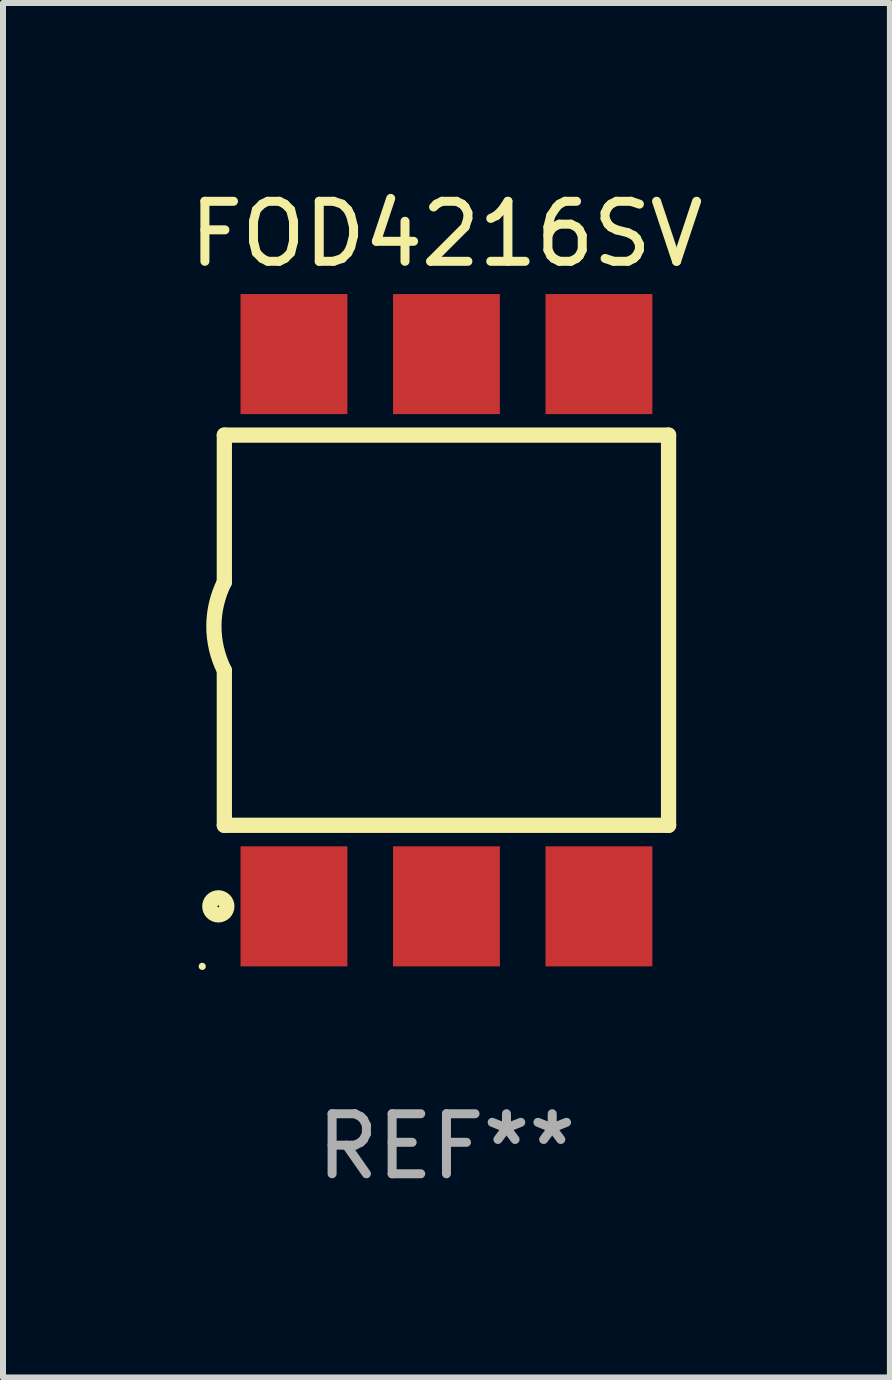
<source format=kicad_pcb>
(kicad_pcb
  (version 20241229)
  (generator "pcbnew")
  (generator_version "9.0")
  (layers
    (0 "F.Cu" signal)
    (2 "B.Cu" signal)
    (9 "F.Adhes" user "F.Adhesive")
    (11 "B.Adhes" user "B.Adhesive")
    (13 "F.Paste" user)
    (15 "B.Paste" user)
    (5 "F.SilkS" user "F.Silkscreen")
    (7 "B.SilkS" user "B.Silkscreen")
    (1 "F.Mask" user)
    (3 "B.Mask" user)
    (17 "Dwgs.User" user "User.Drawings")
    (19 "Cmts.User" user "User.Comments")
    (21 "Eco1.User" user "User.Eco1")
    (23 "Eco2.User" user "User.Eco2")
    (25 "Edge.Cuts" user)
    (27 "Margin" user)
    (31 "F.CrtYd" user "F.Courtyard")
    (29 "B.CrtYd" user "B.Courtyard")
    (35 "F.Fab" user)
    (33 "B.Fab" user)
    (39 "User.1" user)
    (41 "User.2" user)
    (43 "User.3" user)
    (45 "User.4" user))
  (footprint "FOD4216SV"
    (layer "F.Cu")
    (at 4.387 7.448)
    (property "Reference" "FOD4216SV" (at 0 -6.6 0) (layer "F.SilkS") (effects (font (size 1 1) (thickness 0.15))))
    (attr through_hole)
    (fp_line (start -3.7 -3.25) (end -3.7 -0.8) (stroke (width 0.254) (type solid)) (layer "F.SilkS"))
    (fp_line (start -3.7 -3.25) (end 3.7 -3.25) (stroke (width 0.254) (type solid)) (layer "F.SilkS"))
    (fp_line (start -3.7 3.25) (end -3.7 0.669) (stroke (width 0.254) (type solid)) (layer "F.SilkS"))
    (fp_line (start 3.7 -3.25) (end 3.7 3.25) (stroke (width 0.254) (type solid)) (layer "F.SilkS"))
    (fp_line (start 3.7 3.25) (end -3.7 3.25) (stroke (width 0.254) (type solid)) (layer "F.SilkS"))
    (fp_arc (start -3.700787 0.668021) (mid -3.873795 -0.066082) (end -3.7 -0.8) (stroke (width 0.254001) (type solid)) (layer "F.SilkS"))
    (fp_circle (center -4.068 5.6) (end -4.038 5.6) (stroke (width 0.06) (type solid)) (fill no) (layer "F.SilkS"))
    (fp_circle (center -3.8 4.6) (end -3.658 4.6) (stroke (width 0.254) (type solid)) (fill no) (layer "F.SilkS"))
    (fp_text user "REF**" (at 0 8.6 0) (layer "F.Fab") (effects (font (size 1 1) (thickness 0.15))))
    (pad "1" smd rect (at -2.54 4.6) (size 1.78 2) (layers "F.Cu" "F.Mask" "F.Paste"))
    (pad "2" smd rect (at 0 4.6) (size 1.78 2) (layers "F.Cu" "F.Mask" "F.Paste"))
    (pad "3" smd rect (at 2.54 4.6) (size 1.78 2) (layers "F.Cu" "F.Mask" "F.Paste"))
    (pad "4" smd rect (at 2.54 -4.6) (size 1.78 2) (layers "F.Cu" "F.Mask" "F.Paste"))
    (pad "5" smd rect (at 0 -4.6) (size 1.78 2) (layers "F.Cu" "F.Mask" "F.Paste"))
    (pad "6" smd rect (at -2.54 -4.6) (size 1.78 2) (layers "F.Cu" "F.Mask" "F.Paste")))
  (gr_rect
    (start -3 -3)
    (end 11.774 19.896)
    (stroke (width 0.1) (type default))
    (fill no)
    (layer "Edge.Cuts")))
</source>
